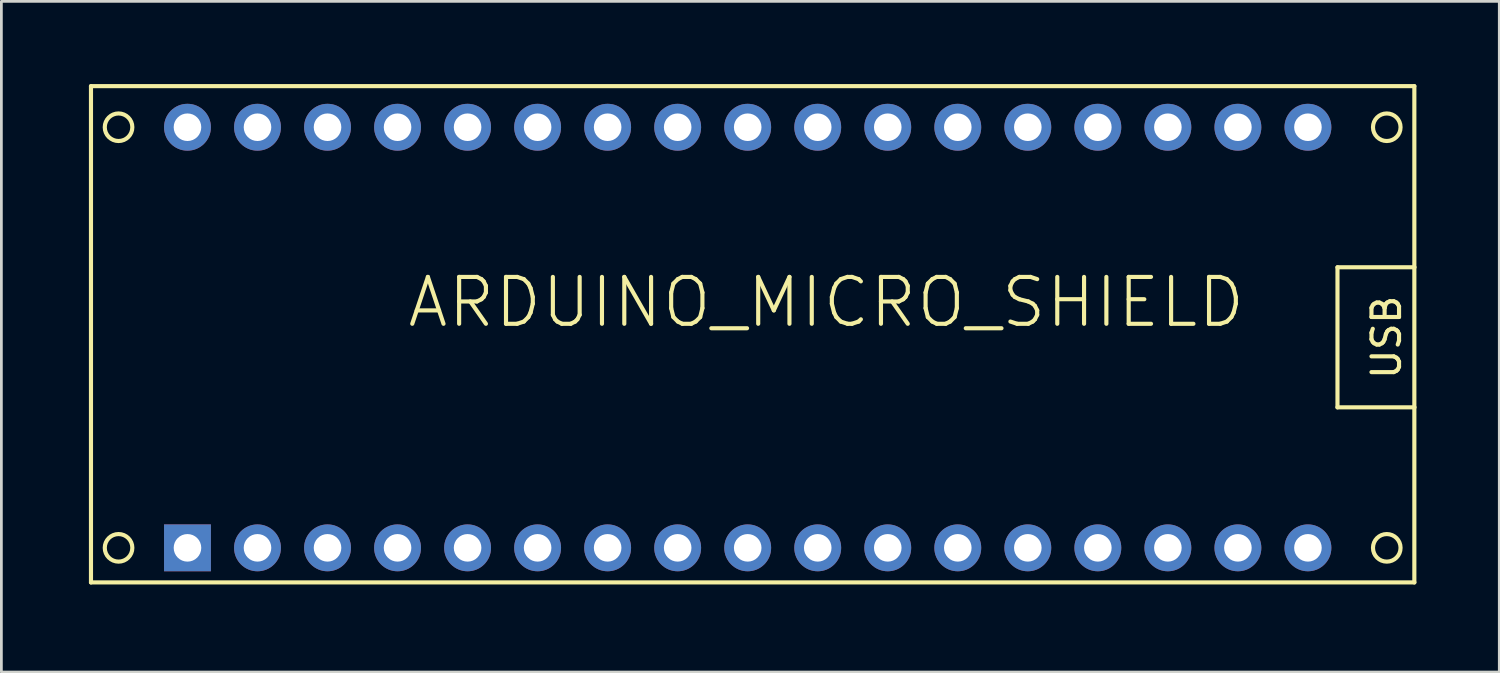
<source format=kicad_pcb>
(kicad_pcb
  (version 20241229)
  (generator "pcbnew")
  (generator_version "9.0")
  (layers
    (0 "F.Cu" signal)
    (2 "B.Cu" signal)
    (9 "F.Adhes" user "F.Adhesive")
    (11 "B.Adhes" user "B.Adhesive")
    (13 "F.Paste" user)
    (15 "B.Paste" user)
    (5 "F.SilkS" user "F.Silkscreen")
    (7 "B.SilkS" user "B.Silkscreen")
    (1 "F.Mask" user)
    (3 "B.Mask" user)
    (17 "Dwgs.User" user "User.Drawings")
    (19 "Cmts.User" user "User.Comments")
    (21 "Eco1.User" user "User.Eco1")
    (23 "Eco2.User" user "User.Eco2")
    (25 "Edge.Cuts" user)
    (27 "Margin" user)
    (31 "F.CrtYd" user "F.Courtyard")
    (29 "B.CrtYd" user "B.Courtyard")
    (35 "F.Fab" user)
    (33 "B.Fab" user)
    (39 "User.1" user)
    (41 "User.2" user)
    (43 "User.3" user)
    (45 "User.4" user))
  (footprint "ARDUINO_MICRO_SHIELD"
    (layer "F.Cu")
    (at 0.25 18.075)
    (property "Reference" "ARDUINO_MICRO_SHIELD" (at 26.67 -10.16 0) (layer "F.SilkS") (effects (font (size 1.7 1.7) (thickness 0.15))))
    (attr through_hole)
    (fp_line (start 0 -18) (end 48 -18) (stroke (width 0.15) (type solid)) (layer "F.SilkS"))
    (fp_line (start 0 0) (end 0 -18) (stroke (width 0.15) (type solid)) (layer "F.SilkS"))
    (fp_line (start 45.212 -11.43) (end 48.006 -11.43) (stroke (width 0.15) (type solid)) (layer "F.SilkS"))
    (fp_line (start 45.212 -6.35) (end 45.212 -11.43) (stroke (width 0.15) (type solid)) (layer "F.SilkS"))
    (fp_line (start 48 -18) (end 48 0) (stroke (width 0.15) (type solid)) (layer "F.SilkS"))
    (fp_line (start 48 0) (end 0 0) (stroke (width 0.15) (type solid)) (layer "F.SilkS"))
    (fp_line (start 48.006 -6.35) (end 45.212 -6.35) (stroke (width 0.15) (type solid)) (layer "F.SilkS"))
    (fp_circle (center 1 -16.51) (end 1.5 -16.51) (stroke (width 0.15) (type solid)) (fill no) (layer "F.SilkS"))
    (fp_circle (center 1 -1.254) (end 1.5 -1.254) (stroke (width 0.15) (type solid)) (fill no) (layer "F.SilkS"))
    (fp_circle (center 47 -16.51) (end 47.5 -16.51) (stroke (width 0.15) (type solid)) (fill no) (layer "F.SilkS"))
    (fp_circle (center 47 -1.254) (end 47.5 -1.254) (stroke (width 0.15) (type solid)) (fill no) (layer "F.SilkS"))
    (fp_text user "USB" (at 46.99 -8.89 90) (layer "F.SilkS") (effects (font (size 1 1) (thickness 0.15))))
    (pad "2" thru_hole circle (at 18.74 -1.254) (size 1.7 1.7) (drill 1) (layers "*.Cu" "*.Mask"))
    (pad "3" thru_hole circle (at 21.28 -1.254) (size 1.7 1.7) (drill 1) (layers "*.Cu" "*.Mask"))
    (pad "3.3V" thru_hole circle (at 41.6 -16.51) (size 1.7 1.7) (drill 1) (layers "*.Cu" "*.Mask"))
    (pad "4" thru_hole circle (at 23.82 -1.254) (size 1.7 1.7) (drill 1) (layers "*.Cu" "*.Mask"))
    (pad "5" thru_hole circle (at 26.36 -1.254) (size 1.7 1.7) (drill 1) (layers "*.Cu" "*.Mask"))
    (pad "5V" thru_hole circle (at 16.2 -16.51) (size 1.7 1.7) (drill 1) (layers "*.Cu" "*.Mask"))
    (pad "6" thru_hole circle (at 28.9 -1.254) (size 1.7 1.7) (drill 1) (layers "*.Cu" "*.Mask"))
    (pad "7" thru_hole circle (at 31.44 -1.254) (size 1.7 1.7) (drill 1) (layers "*.Cu" "*.Mask"))
    (pad "8" thru_hole circle (at 33.98 -1.254) (size 1.7 1.7) (drill 1) (layers "*.Cu" "*.Mask"))
    (pad "9" thru_hole circle (at 36.52 -1.254) (size 1.7 1.7) (drill 1) (layers "*.Cu" "*.Mask"))
    (pad "10" thru_hole circle (at 39.06 -1.254) (size 1.7 1.7) (drill 1) (layers "*.Cu" "*.Mask"))
    (pad "11" thru_hole circle (at 41.6 -1.254) (size 1.7 1.7) (drill 1) (layers "*.Cu" "*.Mask"))
    (pad "12" thru_hole circle (at 44.14 -1.254) (size 1.7 1.7) (drill 1) (layers "*.Cu" "*.Mask"))
    (pad "13" thru_hole circle (at 44.14 -16.51) (size 1.7 1.7) (drill 1) (layers "*.Cu" "*.Mask"))
    (pad "A0" thru_hole circle (at 36.52 -16.51) (size 1.7 1.7) (drill 1) (layers "*.Cu" "*.Mask"))
    (pad "A1" thru_hole circle (at 33.98 -16.51) (size 1.7 1.7) (drill 1) (layers "*.Cu" "*.Mask"))
    (pad "A2" thru_hole circle (at 31.44 -16.51) (size 1.7 1.7) (drill 1) (layers "*.Cu" "*.Mask"))
    (pad "A3" thru_hole circle (at 28.9 -16.51) (size 1.7 1.7) (drill 1) (layers "*.Cu" "*.Mask"))
    (pad "A4" thru_hole circle (at 26.36 -16.51) (size 1.7 1.7) (drill 1) (layers "*.Cu" "*.Mask"))
    (pad "A5" thru_hole circle (at 23.82 -16.51) (size 1.7 1.7) (drill 1) (layers "*.Cu" "*.Mask"))
    (pad "AREF" thru_hole circle (at 39.06 -16.51) (size 1.7 1.7) (drill 1) (layers "*.Cu" "*.Mask"))
    (pad "GND" thru_hole circle (at 11.12 -16.51) (size 1.7 1.7) (drill 1) (layers "*.Cu" "*.Mask"))
    (pad "GND" thru_hole circle (at 16.2 -1.254) (size 1.7 1.7) (drill 1) (layers "*.Cu" "*.Mask"))
    (pad "MI" thru_hole circle (at 6.04 -16.51) (size 1.7 1.7) (drill 1) (layers "*.Cu" "*.Mask"))
    (pad "MO" thru_hole rect (at 3.5 -1.254) (size 1.7 1.7) (drill 1) (layers "*.Cu" "*.Mask"))
    (pad "NC" thru_hole circle (at 18.74 -16.51) (size 1.7 1.7) (drill 1) (layers "*.Cu" "*.Mask"))
    (pad "NC" thru_hole circle (at 21.28 -16.51) (size 1.7 1.7) (drill 1) (layers "*.Cu" "*.Mask"))
    (pad "RST" thru_hole circle (at 13.66 -16.51) (size 1.7 1.7) (drill 1) (layers "*.Cu" "*.Mask"))
    (pad "RST" thru_hole circle (at 13.66 -1.254) (size 1.7 1.7) (drill 1) (layers "*.Cu" "*.Mask"))
    (pad "RX" thru_hole circle (at 11.12 -1.254) (size 1.7 1.7) (drill 1) (layers "*.Cu" "*.Mask"))
    (pad "SCK" thru_hole circle (at 3.5 -16.51) (size 1.7 1.7) (drill 1) (layers "*.Cu" "*.Mask"))
    (pad "SS" thru_hole circle (at 6.04 -1.254) (size 1.7 1.7) (drill 1) (layers "*.Cu" "*.Mask"))
    (pad "TX" thru_hole circle (at 8.58 -1.254) (size 1.7 1.7) (drill 1) (layers "*.Cu" "*.Mask"))
    (pad "VI" thru_hole circle (at 8.58 -16.51) (size 1.7 1.7) (drill 1) (layers "*.Cu" "*.Mask")))
  (gr_rect
    (start -3 -3)
    (end 51.331 21.325)
    (stroke (width 0.1) (type default))
    (fill no)
    (layer "Edge.Cuts")))
</source>
